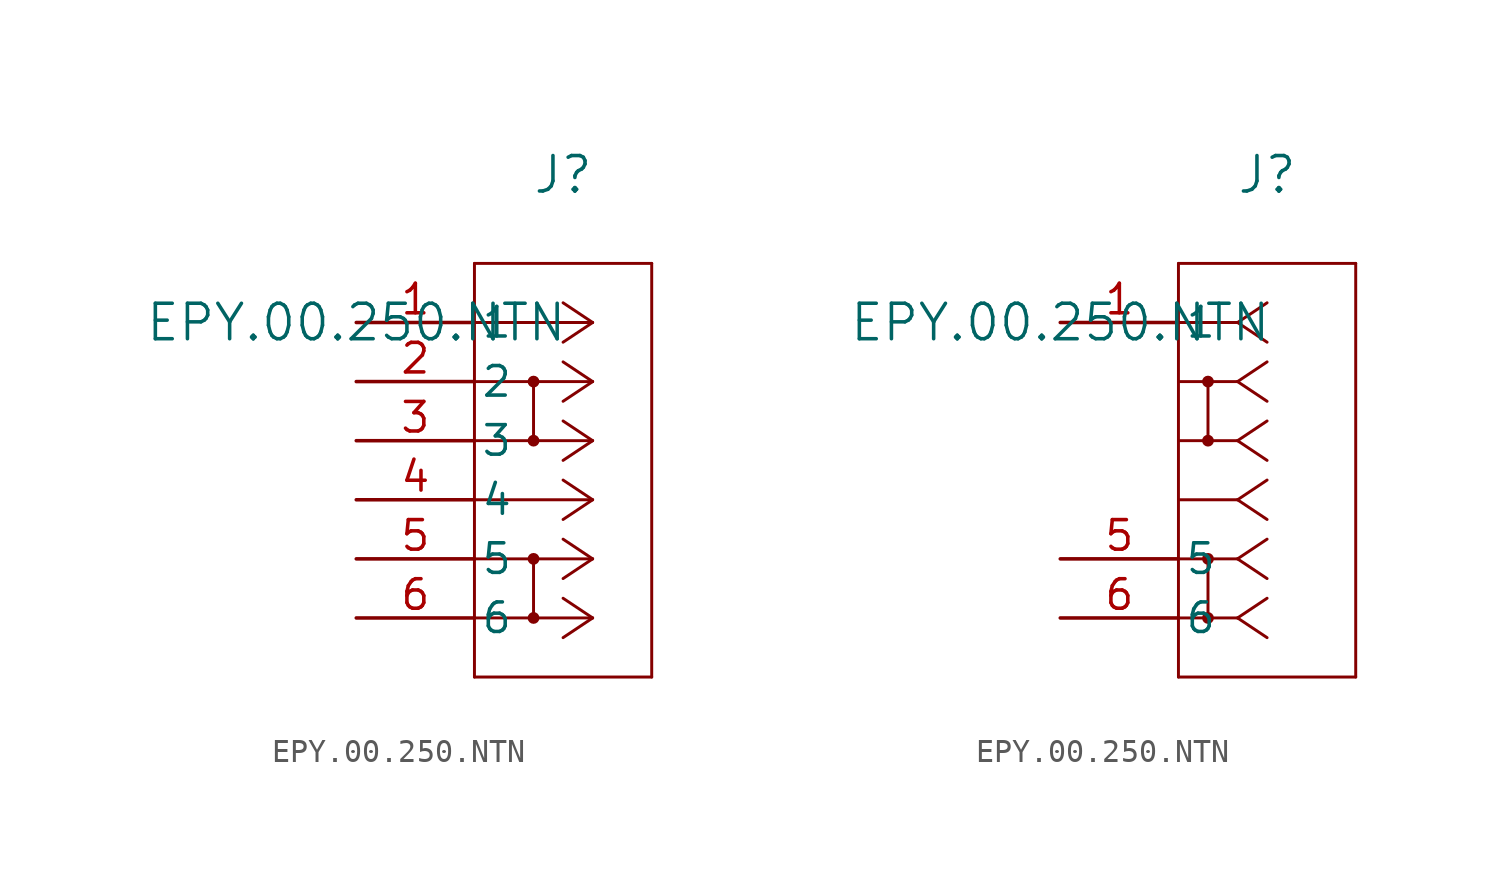
<source format=kicad_sym>
(kicad_symbol_lib
  (version 20241209)
  (generator "kicad_symbol_editor")
  (generator_version "9.0")
  (symbol "EPY.00.250.NTN"
    (pin_names
      (offset 0.254))
    (property "Reference" "J"
      (at 8.89 6.35 0)
      (effects (font (size 1.524 1.524))))
    (property "Value" "EPY.00.250.NTN"
      (at 0 0 0)
      (effects (font (size 1.524 1.524))))
    (property "ki_locked" ""
      (at 0 0 0)
      (effects (font (size 1.27 1.27))))
    (symbol "EPY.00.250.NTN_1_1"
      (polyline (pts (xy 5.08 2.54) (xy 5.08 -15.24)) (stroke (width 0.127) (type default)) (fill (type none)))
      (polyline (pts (xy 5.08 -15.24) (xy 12.7 -15.24)) (stroke (width 0.127) (type default)) (fill (type none)))
      (circle (center 7.62 -2.54) (radius 0.127) (stroke (width 0.254) (type default)) (fill (type none)))
      (polyline (pts (xy 7.62 -5.08) (xy 7.62 -2.54)) (stroke (width 0.127) (type default)) (fill (type none)))
      (circle (center 7.62 -5.08) (radius 0.127) (stroke (width 0.254) (type default)) (fill (type none)))
      (circle (center 7.62 -10.16) (radius 0.127) (stroke (width 0.254) (type default)) (fill (type none)))
      (polyline (pts (xy 7.62 -12.7) (xy 7.62 -10.16)) (stroke (width 0.127) (type default)) (fill (type none)))
      (circle (center 7.62 -12.7) (radius 0.127) (stroke (width 0.254) (type default)) (fill (type none)))
      (polyline (pts (xy 10.16 0) (xy 5.08 0)) (stroke (width 0.127) (type default)) (fill (type none)))
      (polyline (pts (xy 10.16 0) (xy 8.89 0.847)) (stroke (width 0.127) (type default)) (fill (type none)))
      (polyline (pts (xy 10.16 0) (xy 8.89 -0.847)) (stroke (width 0.127) (type default)) (fill (type none)))
      (polyline (pts (xy 10.16 -2.54) (xy 5.08 -2.54)) (stroke (width 0.127) (type default)) (fill (type none)))
      (polyline (pts (xy 10.16 -2.54) (xy 8.89 -1.693)) (stroke (width 0.127) (type default)) (fill (type none)))
      (polyline (pts (xy 10.16 -2.54) (xy 8.89 -3.387)) (stroke (width 0.127) (type default)) (fill (type none)))
      (polyline (pts (xy 10.16 -5.08) (xy 5.08 -5.08)) (stroke (width 0.127) (type default)) (fill (type none)))
      (polyline (pts (xy 10.16 -5.08) (xy 8.89 -4.233)) (stroke (width 0.127) (type default)) (fill (type none)))
      (polyline (pts (xy 10.16 -5.08) (xy 8.89 -5.927)) (stroke (width 0.127) (type default)) (fill (type none)))
      (polyline (pts (xy 10.16 -7.62) (xy 5.08 -7.62)) (stroke (width 0.127) (type default)) (fill (type none)))
      (polyline (pts (xy 10.16 -7.62) (xy 8.89 -6.773)) (stroke (width 0.127) (type default)) (fill (type none)))
      (polyline (pts (xy 10.16 -7.62) (xy 8.89 -8.467)) (stroke (width 0.127) (type default)) (fill (type none)))
      (polyline (pts (xy 10.16 -10.16) (xy 5.08 -10.16)) (stroke (width 0.127) (type default)) (fill (type none)))
      (polyline (pts (xy 10.16 -10.16) (xy 8.89 -9.313)) (stroke (width 0.127) (type default)) (fill (type none)))
      (polyline (pts (xy 10.16 -10.16) (xy 8.89 -11.007)) (stroke (width 0.127) (type default)) (fill (type none)))
      (polyline (pts (xy 10.16 -12.7) (xy 5.08 -12.7)) (stroke (width 0.127) (type default)) (fill (type none)))
      (polyline (pts (xy 10.16 -12.7) (xy 8.89 -11.853)) (stroke (width 0.127) (type default)) (fill (type none)))
      (polyline (pts (xy 10.16 -12.7) (xy 8.89 -13.547)) (stroke (width 0.127) (type default)) (fill (type none)))
      (polyline (pts (xy 12.7 2.54) (xy 5.08 2.54)) (stroke (width 0.127) (type default)) (fill (type none)))
      (polyline (pts (xy 12.7 -15.24) (xy 12.7 2.54)) (stroke (width 0.127) (type default)) (fill (type none)))
      (pin unspecified line (at 0 0 0) (length 5.08) (name "1" (effects (font (size 1.27 1.27)))) (number "1" (effects (font (size 1.27 1.27)))))
      (pin unspecified line (at 0 -2.54 0) (length 5.08) (name "2" (effects (font (size 1.27 1.27)))) (number "2" (effects (font (size 1.27 1.27)))))
      (pin unspecified line (at 0 -5.08 0) (length 5.08) (name "3" (effects (font (size 1.27 1.27)))) (number "3" (effects (font (size 1.27 1.27)))))
      (pin unspecified line (at 0 -7.62 0) (length 5.08) (name "4" (effects (font (size 1.27 1.27)))) (number "4" (effects (font (size 1.27 1.27)))))
      (pin unspecified line (at 0 -10.16 0) (length 5.08) (name "5" (effects (font (size 1.27 1.27)))) (number "5" (effects (font (size 1.27 1.27)))))
      (pin unspecified line (at 0 -12.7 0) (length 5.08) (name "6" (effects (font (size 1.27 1.27)))) (number "6" (effects (font (size 1.27 1.27))))))
    (symbol "EPY.00.250.NTN_1_2"
      (polyline (pts (xy 5.08 2.54) (xy 5.08 -15.24)) (stroke (width 0.127) (type default)) (fill (type none)))
      (polyline (pts (xy 5.08 -15.24) (xy 12.7 -15.24)) (stroke (width 0.127) (type default)) (fill (type none)))
      (polyline (pts (xy 6.35 -2.54) (xy 6.35 -5.08)) (stroke (width 0.127) (type default)) (fill (type none)))
      (circle (center 6.35 -2.54) (radius 0.127) (stroke (width 0.254) (type default)) (fill (type none)))
      (circle (center 6.35 -5.08) (radius 0.127) (stroke (width 0.254) (type default)) (fill (type none)))
      (polyline (pts (xy 6.35 -10.16) (xy 6.35 -12.7)) (stroke (width 0.127) (type default)) (fill (type none)))
      (circle (center 6.35 -10.16) (radius 0.127) (stroke (width 0.254) (type default)) (fill (type none)))
      (circle (center 6.35 -12.7) (radius 0.127) (stroke (width 0.254) (type default)) (fill (type none)))
      (polyline (pts (xy 7.62 0) (xy 5.08 0)) (stroke (width 0.127) (type default)) (fill (type none)))
      (polyline (pts (xy 7.62 0) (xy 8.89 0.847)) (stroke (width 0.127) (type default)) (fill (type none)))
      (polyline (pts (xy 7.62 0) (xy 8.89 -0.847)) (stroke (width 0.127) (type default)) (fill (type none)))
      (polyline (pts (xy 7.62 -2.54) (xy 5.08 -2.54)) (stroke (width 0.127) (type default)) (fill (type none)))
      (polyline (pts (xy 7.62 -2.54) (xy 8.89 -1.693)) (stroke (width 0.127) (type default)) (fill (type none)))
      (polyline (pts (xy 7.62 -2.54) (xy 8.89 -3.387)) (stroke (width 0.127) (type default)) (fill (type none)))
      (polyline (pts (xy 7.62 -5.08) (xy 5.08 -5.08)) (stroke (width 0.127) (type default)) (fill (type none)))
      (polyline (pts (xy 7.62 -5.08) (xy 8.89 -4.233)) (stroke (width 0.127) (type default)) (fill (type none)))
      (polyline (pts (xy 7.62 -5.08) (xy 8.89 -5.927)) (stroke (width 0.127) (type default)) (fill (type none)))
      (polyline (pts (xy 7.62 -7.62) (xy 5.08 -7.62)) (stroke (width 0.127) (type default)) (fill (type none)))
      (polyline (pts (xy 7.62 -7.62) (xy 8.89 -6.773)) (stroke (width 0.127) (type default)) (fill (type none)))
      (polyline (pts (xy 7.62 -7.62) (xy 8.89 -8.467)) (stroke (width 0.127) (type default)) (fill (type none)))
      (polyline (pts (xy 7.62 -10.16) (xy 5.08 -10.16)) (stroke (width 0.127) (type default)) (fill (type none)))
      (polyline (pts (xy 7.62 -10.16) (xy 8.89 -9.313)) (stroke (width 0.127) (type default)) (fill (type none)))
      (polyline (pts (xy 7.62 -10.16) (xy 8.89 -11.007)) (stroke (width 0.127) (type default)) (fill (type none)))
      (polyline (pts (xy 7.62 -12.7) (xy 5.08 -12.7)) (stroke (width 0.127) (type default)) (fill (type none)))
      (polyline (pts (xy 7.62 -12.7) (xy 8.89 -11.853)) (stroke (width 0.127) (type default)) (fill (type none)))
      (polyline (pts (xy 7.62 -12.7) (xy 8.89 -13.547)) (stroke (width 0.127) (type default)) (fill (type none)))
      (polyline (pts (xy 12.7 2.54) (xy 5.08 2.54)) (stroke (width 0.127) (type default)) (fill (type none)))
      (polyline (pts (xy 12.7 -15.24) (xy 12.7 2.54)) (stroke (width 0.127) (type default)) (fill (type none)))
      (pin unspecified line (at 0 0 0) (length 5.08) (name "1" (effects (font (size 1.27 1.27)))) (number "1" (effects (font (size 1.27 1.27)))))
      (pin unspecified line (at 0 -10.16 0) (length 5.08) (name "5" (effects (font (size 1.27 1.27)))) (number "5" (effects (font (size 1.27 1.27)))))
      (pin unspecified line (at 0 -12.7 0) (length 5.08) (name "6" (effects (font (size 1.27 1.27)))) (number "6" (effects (font (size 1.27 1.27))))))))
</source>
